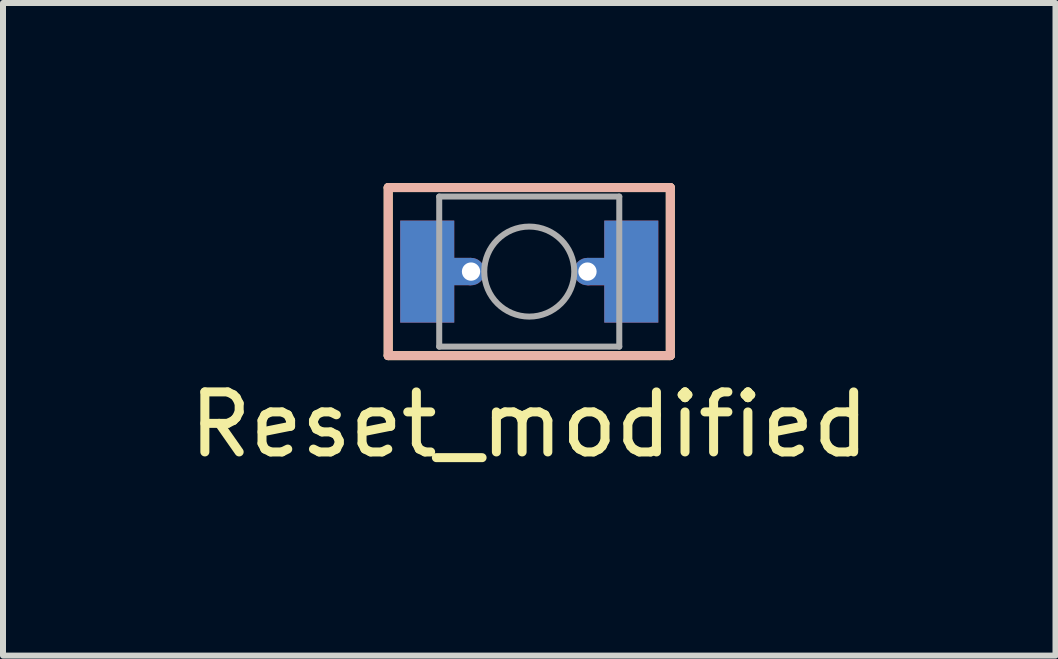
<source format=kicad_pcb>
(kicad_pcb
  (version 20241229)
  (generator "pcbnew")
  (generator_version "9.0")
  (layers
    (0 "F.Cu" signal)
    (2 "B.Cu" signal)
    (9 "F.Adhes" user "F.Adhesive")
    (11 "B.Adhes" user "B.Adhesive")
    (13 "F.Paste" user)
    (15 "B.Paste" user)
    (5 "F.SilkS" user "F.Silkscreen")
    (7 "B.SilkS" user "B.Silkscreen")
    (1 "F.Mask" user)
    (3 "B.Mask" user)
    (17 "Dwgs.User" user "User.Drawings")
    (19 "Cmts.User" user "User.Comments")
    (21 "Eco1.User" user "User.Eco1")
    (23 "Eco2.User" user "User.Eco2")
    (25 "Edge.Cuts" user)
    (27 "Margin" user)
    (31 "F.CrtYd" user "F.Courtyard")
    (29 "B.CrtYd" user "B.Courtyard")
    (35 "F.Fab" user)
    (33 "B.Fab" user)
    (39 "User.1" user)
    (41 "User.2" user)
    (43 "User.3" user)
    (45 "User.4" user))
  (footprint "Reset_modified"
    (layer "F.Cu")
    (at 5.768 1.475)
    (property "Reference" "Reset_modified" (at 0 2.55 0) (layer "F.SilkS") (effects (font (size 1 1) (thickness 0.15))))
    (attr smd)
    (fp_poly (pts (xy -2.1 0.8) (xy -2.1 -0.8) (xy -1.3 -0.8) (xy -1.3 0.8)) (stroke (width 0.1) (type solid)) (fill yes) (layer "F.Mask"))
    (fp_poly (pts (xy 1.3 0.8) (xy 1.3 -0.8) (xy 2.1 -0.8) (xy 2.1 0.8)) (stroke (width 0.1) (type solid)) (fill yes) (layer "F.Mask"))
    (fp_poly (pts (xy -2.1 0.8) (xy -2.1 -0.8) (xy -1.3 -0.8) (xy -1.3 0.8)) (stroke (width 0.1) (type solid)) (fill yes) (layer "B.Mask"))
    (fp_poly (pts (xy 1.3 0.8) (xy 1.3 -0.8) (xy 2.1 -0.8) (xy 2.1 0.8)) (stroke (width 0.1) (type solid)) (fill yes) (layer "B.Mask"))
    (fp_poly (pts (xy 1.3 0.8) (xy 1.3 -0.8) (xy 2.1 -0.8) (xy 2.1 0.8)) (stroke (width 0.1) (type solid)) (fill yes) (layer "B.Mask"))
    (fp_line (start -2.35 -1.4) (end 2.35 -1.4) (stroke (width 0.15) (type solid)) (layer "F.SilkS"))
    (fp_line (start -2.35 1.4) (end -2.35 -1.4) (stroke (width 0.15) (type default)) (layer "F.SilkS"))
    (fp_line (start -2.35 1.4) (end 2.35 1.4) (stroke (width 0.15) (type solid)) (layer "F.SilkS"))
    (fp_line (start 2.35 -1.4) (end 2.35 1.4) (stroke (width 0.15) (type default)) (layer "F.SilkS"))
    (fp_line (start -2.35 -1.4) (end -2.35 1.4) (stroke (width 0.15) (type default)) (layer "B.SilkS"))
    (fp_line (start 2.35 -1.4) (end -2.35 -1.4) (stroke (width 0.15) (type solid)) (layer "B.SilkS"))
    (fp_line (start 2.35 1.4) (end -2.35 1.4) (stroke (width 0.15) (type solid)) (layer "B.SilkS"))
    (fp_line (start 2.35 1.4) (end 2.35 -1.4) (stroke (width 0.15) (type default)) (layer "B.SilkS"))
    (fp_line (start -1.5 -1.25) (end 1.5 -1.25) (stroke (width 0.1) (type solid)) (layer "F.Fab"))
    (fp_line (start -1.5 1.25) (end -1.5 -1.25) (stroke (width 0.1) (type solid)) (layer "F.Fab"))
    (fp_line (start 1.5 -1.25) (end 1.5 1.25) (stroke (width 0.1) (type solid)) (layer "F.Fab"))
    (fp_line (start 1.5 1.25) (end -1.5 1.25) (stroke (width 0.1) (type solid)) (layer "F.Fab"))
    (fp_circle (center 0 0) (end 0.75 0) (stroke (width 0.1) (type solid)) (fill no) (layer "F.Fab"))
    (pad "1" smd custom (at -1.7 0) (size 0.9 1.7) (layers "F.Cu") (options (anchor rect)) (primitives (gr_poly (pts (xy 0.723 0.177) (xy 0.15 0.177) (xy 0.15 -0.179) (xy 0.723 -0.179)) (width 0.1) (fill yes))))
    (pad "1" smd custom (at -1.7 0 180) (size 0.9 1.7) (layers "B.Cu") (options (anchor rect)) (primitives (gr_poly (pts (xy -0.15 0.179) (xy -0.723 0.179) (xy -0.723 -0.177) (xy -0.15 -0.177)) (width 0.1) (fill yes))))
    (pad "1" thru_hole circle (at -0.97 0 270) (size 0.457 0.457) (drill 0.305) (layers "*.Cu"))
    (pad "2" thru_hole circle (at 0.97 0 270) (size 0.457 0.457) (drill 0.305) (layers "*.Cu"))
    (pad "2" smd custom (at 1.7 0 180) (size 0.9 1.7) (layers "F.Cu") (options (anchor rect)) (primitives (gr_poly (pts (xy 0.723 0.177) (xy 0.15 0.177) (xy 0.15 -0.179) (xy 0.723 -0.179)) (width 0.1) (fill yes))))
    (pad "2" smd custom (at 1.7 0 180) (size 0.9 1.7) (layers "B.Cu") (options (anchor rect)) (primitives (gr_poly (pts (xy 0.723 0.179) (xy 0.15 0.179) (xy 0.15 -0.177) (xy 0.723 -0.177)) (width 0.1) (fill yes)))))
  (gr_rect
    (start -3 -3)
    (end 14.536 7.873)
    (stroke (width 0.1) (type default))
    (fill no)
    (layer "Edge.Cuts")))
</source>
